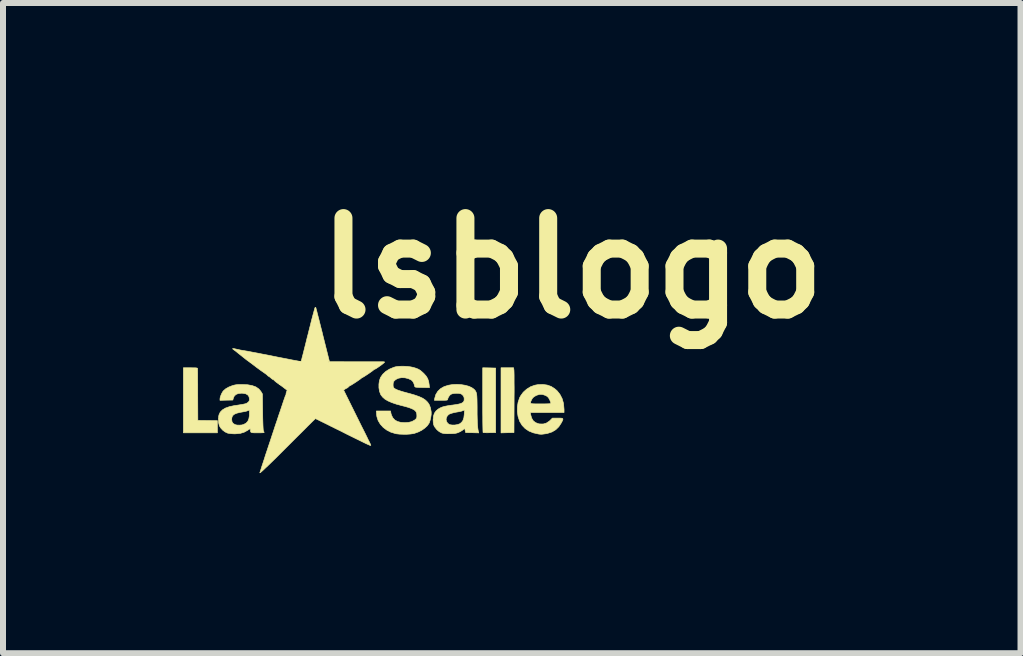
<source format=kicad_pcb>
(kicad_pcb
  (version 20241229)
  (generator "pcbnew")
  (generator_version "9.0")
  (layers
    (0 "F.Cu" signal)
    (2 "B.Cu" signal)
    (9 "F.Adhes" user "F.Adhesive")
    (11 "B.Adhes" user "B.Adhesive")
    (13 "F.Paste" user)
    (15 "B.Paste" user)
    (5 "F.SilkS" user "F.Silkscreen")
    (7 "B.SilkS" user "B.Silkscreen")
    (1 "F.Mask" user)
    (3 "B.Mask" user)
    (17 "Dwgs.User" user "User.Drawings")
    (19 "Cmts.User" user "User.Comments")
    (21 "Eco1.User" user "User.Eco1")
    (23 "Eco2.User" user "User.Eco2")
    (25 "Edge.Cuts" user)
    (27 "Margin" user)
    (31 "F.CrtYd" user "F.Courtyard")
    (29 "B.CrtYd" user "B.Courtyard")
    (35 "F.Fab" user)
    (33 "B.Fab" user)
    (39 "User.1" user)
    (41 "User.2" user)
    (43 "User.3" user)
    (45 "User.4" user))
  (footprint "lsblogo"
    (layer "F.Cu")
    (at 3.18 3.45)
    (property "Reference" "lsblogo" (at 3.302 -2.032 0) (layer "F.SilkS") (effects (font (size 1.524 1.524) (thickness 0.3))))
    (attr through_hole)
    (fp_poly (pts (xy 2.327 -0.373) (xy 2.332 -0.337) (xy 2.333 -0.322) (xy 2.334 -0.291) (xy 2.335 -0.248) (xy 2.335 -0.192) (xy 2.335 -0.125) (xy 2.336 -0.05) (xy 2.336 0.033) (xy 2.335 0.121) (xy 2.335 0.203) (xy 2.333 0.707) (xy 2.225 0.709) (xy 2.117 0.712) (xy 2.117 -0.373) (xy 2.222 -0.373) (xy 2.327 -0.373)) (stroke (width 0.01) (type solid)) (fill yes) (layer "F.SilkS"))
    (fp_poly (pts (xy 1.92 -0.371) (xy 2.028 -0.368) (xy 2.028 0.707) (xy 1.926 0.709) (xy 1.886 0.71) (xy 1.852 0.709) (xy 1.828 0.708) (xy 1.818 0.706) (xy 1.818 0.706) (xy 1.817 0.697) (xy 1.816 0.672) (xy 1.815 0.633) (xy 1.814 0.582) (xy 1.813 0.519) (xy 1.813 0.447) (xy 1.812 0.366) (xy 1.812 0.279) (xy 1.812 0.186) (xy 1.812 0.163) (xy 1.812 -0.373) (xy 1.92 -0.371)) (stroke (width 0.01) (type solid)) (fill yes) (layer "F.SilkS"))
    (fp_poly (pts (xy -3.009 -0.372) (xy -2.977 -0.372) (xy -2.956 -0.37) (xy -2.944 -0.367) (xy -2.939 -0.363) (xy -2.938 -0.358) (xy -2.938 -0.347) (xy -2.938 -0.32) (xy -2.937 -0.28) (xy -2.937 -0.228) (xy -2.937 -0.166) (xy -2.936 -0.095) (xy -2.936 -0.018) (xy -2.936 0.065) (xy -2.936 0.08) (xy -2.934 0.504) (xy -2.771 0.506) (xy -2.608 0.508) (xy -2.608 0.711) (xy -3.175 0.711) (xy -3.175 -0.373) (xy -3.056 -0.373) (xy -3.009 -0.372)) (stroke (width 0.01) (type solid)) (fill yes) (layer "F.SilkS"))
    (fp_poly (pts (xy 2.887 -0.085) (xy 2.952 -0.062) (xy 3.01 -0.025) (xy 3.049 0.008) (xy 3.098 0.069) (xy 3.135 0.14) (xy 3.158 0.22) (xy 3.166 0.308) (xy 3.167 0.319) (xy 3.167 0.373) (xy 2.606 0.373) (xy 2.611 0.408) (xy 2.627 0.465) (xy 2.653 0.509) (xy 2.691 0.54) (xy 2.74 0.559) (xy 2.762 0.563) (xy 2.82 0.564) (xy 2.872 0.549) (xy 2.919 0.518) (xy 2.932 0.507) (xy 2.973 0.466) (xy 3.061 0.466) (xy 3.104 0.466) (xy 3.132 0.468) (xy 3.146 0.475) (xy 3.148 0.488) (xy 3.14 0.51) (xy 3.123 0.542) (xy 3.122 0.545) (xy 3.08 0.609) (xy 3.029 0.659) (xy 2.967 0.696) (xy 2.894 0.72) (xy 2.871 0.725) (xy 2.828 0.731) (xy 2.795 0.735) (xy 2.767 0.734) (xy 2.743 0.731) (xy 2.655 0.711) (xy 2.581 0.681) (xy 2.519 0.639) (xy 2.469 0.587) (xy 2.43 0.523) (xy 2.426 0.515) (xy 2.401 0.439) (xy 2.389 0.358) (xy 2.39 0.277) (xy 2.401 0.205) (xy 2.608 0.205) (xy 2.609 0.215) (xy 2.617 0.222) (xy 2.634 0.226) (xy 2.662 0.228) (xy 2.702 0.229) (xy 2.757 0.229) (xy 2.777 0.229) (xy 2.835 0.229) (xy 2.878 0.228) (xy 2.908 0.227) (xy 2.928 0.226) (xy 2.939 0.223) (xy 2.945 0.219) (xy 2.946 0.214) (xy 2.946 0.213) (xy 2.943 0.198) (xy 2.933 0.173) (xy 2.925 0.155) (xy 2.907 0.125) (xy 2.887 0.105) (xy 2.86 0.089) (xy 2.81 0.072) (xy 2.763 0.07) (xy 2.714 0.084) (xy 2.705 0.088) (xy 2.669 0.108) (xy 2.645 0.129) (xy 2.627 0.158) (xy 2.621 0.171) (xy 2.613 0.19) (xy 2.608 0.205) (xy 2.401 0.205) (xy 2.403 0.197) (xy 2.428 0.124) (xy 2.444 0.095) (xy 2.488 0.034) (xy 2.544 -0.016) (xy 2.608 -0.056) (xy 2.678 -0.082) (xy 2.732 -0.092) (xy 2.814 -0.095) (xy 2.887 -0.085)) (stroke (width 0.01) (type solid)) (fill yes) (layer "F.SilkS"))
    (fp_poly (pts (xy 1.453 -0.092) (xy 1.521 -0.081) (xy 1.582 -0.064) (xy 1.631 -0.041) (xy 1.662 -0.019) (xy 1.678 -0.004) (xy 1.69 0.011) (xy 1.699 0.028) (xy 1.707 0.048) (xy 1.712 0.074) (xy 1.715 0.109) (xy 1.717 0.153) (xy 1.718 0.209) (xy 1.719 0.279) (xy 1.719 0.313) (xy 1.719 0.403) (xy 1.721 0.478) (xy 1.723 0.54) (xy 1.726 0.59) (xy 1.73 0.631) (xy 1.735 0.665) (xy 1.74 0.688) (xy 1.746 0.712) (xy 1.637 0.709) (xy 1.528 0.707) (xy 1.511 0.634) (xy 1.491 0.655) (xy 1.473 0.669) (xy 1.446 0.686) (xy 1.42 0.699) (xy 1.394 0.71) (xy 1.37 0.717) (xy 1.344 0.722) (xy 1.309 0.724) (xy 1.27 0.725) (xy 1.22 0.726) (xy 1.183 0.724) (xy 1.154 0.72) (xy 1.13 0.714) (xy 1.087 0.691) (xy 1.047 0.657) (xy 1.014 0.615) (xy 1.003 0.597) (xy 0.993 0.57) (xy 0.988 0.538) (xy 0.986 0.495) (xy 0.987 0.489) (xy 1.202 0.489) (xy 1.209 0.521) (xy 1.228 0.551) (xy 1.254 0.571) (xy 1.263 0.575) (xy 1.302 0.581) (xy 1.347 0.581) (xy 1.391 0.574) (xy 1.426 0.562) (xy 1.427 0.562) (xy 1.459 0.538) (xy 1.483 0.505) (xy 1.498 0.46) (xy 1.505 0.401) (xy 1.509 0.33) (xy 1.481 0.342) (xy 1.454 0.351) (xy 1.422 0.358) (xy 1.41 0.36) (xy 1.363 0.368) (xy 1.319 0.378) (xy 1.28 0.389) (xy 1.253 0.401) (xy 1.247 0.404) (xy 1.222 0.429) (xy 1.206 0.463) (xy 1.202 0.489) (xy 0.987 0.489) (xy 0.991 0.435) (xy 1.007 0.385) (xy 1.035 0.345) (xy 1.071 0.315) (xy 1.102 0.297) (xy 1.136 0.282) (xy 1.178 0.27) (xy 1.229 0.26) (xy 1.294 0.25) (xy 1.3 0.25) (xy 1.364 0.241) (xy 1.413 0.232) (xy 1.449 0.222) (xy 1.474 0.21) (xy 1.491 0.196) (xy 1.5 0.178) (xy 1.503 0.167) (xy 1.503 0.128) (xy 1.489 0.094) (xy 1.463 0.069) (xy 1.45 0.062) (xy 1.419 0.054) (xy 1.38 0.052) (xy 1.339 0.054) (xy 1.303 0.061) (xy 1.277 0.072) (xy 1.276 0.073) (xy 1.257 0.093) (xy 1.24 0.119) (xy 1.229 0.146) (xy 1.228 0.157) (xy 1.225 0.162) (xy 1.215 0.166) (xy 1.197 0.168) (xy 1.166 0.169) (xy 1.121 0.169) (xy 1.117 0.169) (xy 1.007 0.169) (xy 1.012 0.138) (xy 1.031 0.073) (xy 1.064 0.019) (xy 1.11 -0.025) (xy 1.169 -0.059) (xy 1.241 -0.082) (xy 1.308 -0.093) (xy 1.381 -0.096) (xy 1.453 -0.092)) (stroke (width 0.01) (type solid)) (fill yes) (layer "F.SilkS"))
    (fp_poly (pts (xy -2.194 -0.094) (xy -2.104 -0.09) (xy -2.028 -0.076) (xy -1.966 -0.053) (xy -1.918 -0.02) (xy -1.883 0.021) (xy -1.882 0.024) (xy -1.858 0.064) (xy -1.854 0.364) (xy -1.853 0.452) (xy -1.851 0.524) (xy -1.849 0.581) (xy -1.847 0.625) (xy -1.845 0.656) (xy -1.842 0.675) (xy -1.839 0.683) (xy -1.831 0.699) (xy -1.829 0.706) (xy -1.837 0.708) (xy -1.858 0.71) (xy -1.891 0.711) (xy -1.931 0.711) (xy -1.938 0.711) (xy -1.985 0.711) (xy -2.018 0.71) (xy -2.039 0.706) (xy -2.051 0.699) (xy -2.056 0.688) (xy -2.057 0.672) (xy -2.057 0.664) (xy -2.059 0.648) (xy -2.062 0.643) (xy -2.071 0.648) (xy -2.09 0.659) (xy -2.106 0.67) (xy -2.163 0.701) (xy -2.227 0.72) (xy -2.301 0.727) (xy -2.323 0.728) (xy -2.363 0.726) (xy -2.402 0.722) (xy -2.433 0.717) (xy -2.44 0.715) (xy -2.48 0.696) (xy -2.519 0.667) (xy -2.552 0.631) (xy -2.575 0.594) (xy -2.577 0.587) (xy -2.587 0.544) (xy -2.59 0.493) (xy -2.59 0.487) (xy -2.37 0.487) (xy -2.365 0.525) (xy -2.348 0.553) (xy -2.317 0.572) (xy -2.311 0.575) (xy -2.28 0.582) (xy -2.241 0.583) (xy -2.201 0.58) (xy -2.17 0.571) (xy -2.13 0.549) (xy -2.101 0.518) (xy -2.084 0.477) (xy -2.075 0.424) (xy -2.075 0.396) (xy -2.074 0.331) (xy -2.102 0.342) (xy -2.128 0.351) (xy -2.16 0.358) (xy -2.167 0.359) (xy -2.234 0.371) (xy -2.285 0.384) (xy -2.322 0.399) (xy -2.348 0.419) (xy -2.363 0.443) (xy -2.37 0.473) (xy -2.37 0.487) (xy -2.59 0.487) (xy -2.588 0.443) (xy -2.582 0.412) (xy -2.561 0.367) (xy -2.524 0.329) (xy -2.473 0.298) (xy -2.407 0.275) (xy -2.328 0.258) (xy -2.265 0.249) (xy -2.216 0.241) (xy -2.18 0.235) (xy -2.153 0.229) (xy -2.133 0.224) (xy -2.119 0.217) (xy -2.107 0.21) (xy -2.102 0.206) (xy -2.084 0.189) (xy -2.076 0.171) (xy -2.074 0.15) (xy -2.081 0.11) (xy -2.102 0.08) (xy -2.135 0.061) (xy -2.183 0.052) (xy -2.206 0.051) (xy -2.259 0.056) (xy -2.299 0.072) (xy -2.327 0.099) (xy -2.343 0.135) (xy -2.351 0.165) (xy -2.458 0.167) (xy -2.565 0.17) (xy -2.565 0.144) (xy -2.561 0.12) (xy -2.55 0.087) (xy -2.535 0.053) (xy -2.518 0.024) (xy -2.509 0.012) (xy -2.469 -0.023) (xy -2.416 -0.053) (xy -2.367 -0.072) (xy -2.336 -0.082) (xy -2.308 -0.088) (xy -2.279 -0.092) (xy -2.243 -0.094) (xy -2.195 -0.094) (xy -2.194 -0.094)) (stroke (width 0.01) (type solid)) (fill yes) (layer "F.SilkS"))
    (fp_poly (pts (xy 0.503 -0.398) (xy 0.56 -0.395) (xy 0.611 -0.388) (xy 0.651 -0.38) (xy 0.701 -0.365) (xy 0.74 -0.349) (xy 0.773 -0.329) (xy 0.806 -0.301) (xy 0.831 -0.278) (xy 0.87 -0.234) (xy 0.896 -0.191) (xy 0.912 -0.142) (xy 0.92 -0.09) (xy 0.925 -0.042) (xy 0.804 -0.044) (xy 0.756 -0.045) (xy 0.722 -0.047) (xy 0.701 -0.049) (xy 0.688 -0.052) (xy 0.682 -0.056) (xy 0.679 -0.062) (xy 0.679 -0.064) (xy 0.667 -0.107) (xy 0.648 -0.144) (xy 0.624 -0.168) (xy 0.622 -0.169) (xy 0.571 -0.193) (xy 0.516 -0.206) (xy 0.46 -0.208) (xy 0.409 -0.199) (xy 0.374 -0.183) (xy 0.345 -0.162) (xy 0.328 -0.142) (xy 0.321 -0.118) (xy 0.319 -0.092) (xy 0.32 -0.064) (xy 0.326 -0.046) (xy 0.338 -0.031) (xy 0.342 -0.029) (xy 0.361 -0.017) (xy 0.392 -0.003) (xy 0.436 0.012) (xy 0.494 0.03) (xy 0.568 0.05) (xy 0.588 0.055) (xy 0.678 0.081) (xy 0.752 0.107) (xy 0.813 0.135) (xy 0.86 0.167) (xy 0.896 0.203) (xy 0.923 0.245) (xy 0.941 0.293) (xy 0.952 0.35) (xy 0.954 0.364) (xy 0.954 0.404) (xy 0.947 0.453) (xy 0.936 0.502) (xy 0.922 0.544) (xy 0.917 0.553) (xy 0.889 0.593) (xy 0.847 0.632) (xy 0.796 0.668) (xy 0.738 0.697) (xy 0.677 0.719) (xy 0.656 0.724) (xy 0.608 0.731) (xy 0.55 0.735) (xy 0.487 0.735) (xy 0.427 0.733) (xy 0.374 0.727) (xy 0.356 0.723) (xy 0.281 0.7) (xy 0.213 0.665) (xy 0.154 0.62) (xy 0.106 0.567) (xy 0.07 0.507) (xy 0.049 0.442) (xy 0.044 0.406) (xy 0.04 0.347) (xy 0.277 0.347) (xy 0.283 0.385) (xy 0.292 0.415) (xy 0.307 0.447) (xy 0.316 0.463) (xy 0.349 0.498) (xy 0.392 0.522) (xy 0.448 0.537) (xy 0.513 0.541) (xy 0.578 0.537) (xy 0.631 0.524) (xy 0.675 0.5) (xy 0.686 0.492) (xy 0.703 0.476) (xy 0.712 0.461) (xy 0.715 0.44) (xy 0.715 0.421) (xy 0.713 0.391) (xy 0.704 0.365) (xy 0.688 0.343) (xy 0.662 0.324) (xy 0.625 0.306) (xy 0.576 0.288) (xy 0.513 0.27) (xy 0.465 0.258) (xy 0.373 0.233) (xy 0.297 0.207) (xy 0.235 0.18) (xy 0.185 0.151) (xy 0.147 0.118) (xy 0.118 0.082) (xy 0.109 0.065) (xy 0.092 0.017) (xy 0.083 -0.04) (xy 0.083 -0.1) (xy 0.091 -0.157) (xy 0.108 -0.207) (xy 0.11 -0.212) (xy 0.147 -0.265) (xy 0.197 -0.312) (xy 0.26 -0.351) (xy 0.332 -0.381) (xy 0.36 -0.389) (xy 0.398 -0.395) (xy 0.448 -0.398) (xy 0.503 -0.398)) (stroke (width 0.01) (type solid)) (fill yes) (layer "F.SilkS"))
    (fp_poly (pts (xy -0.97 -1.379) (xy -0.967 -1.371) (xy -0.961 -1.347) (xy -0.951 -1.31) (xy -0.939 -1.261) (xy -0.923 -1.201) (xy -0.906 -1.133) (xy -0.887 -1.057) (xy -0.866 -0.976) (xy -0.854 -0.925) (xy -0.741 -0.474) (xy -0.309 -0.473) (xy -0.224 -0.473) (xy -0.144 -0.473) (xy -0.07 -0.473) (xy -0.003 -0.473) (xy 0.053 -0.473) (xy 0.099 -0.473) (xy 0.131 -0.473) (xy 0.148 -0.473) (xy 0.15 -0.473) (xy 0.169 -0.472) (xy 0.178 -0.468) (xy 0.178 -0.468) (xy 0.171 -0.459) (xy 0.154 -0.444) (xy 0.129 -0.424) (xy 0.1 -0.403) (xy 0.07 -0.382) (xy 0.043 -0.364) (xy 0.022 -0.352) (xy 0.01 -0.347) (xy -0.001 -0.341) (xy -0.009 -0.334) (xy -0.019 -0.325) (xy -0.04 -0.31) (xy -0.068 -0.29) (xy -0.1 -0.268) (xy -0.132 -0.247) (xy -0.16 -0.229) (xy -0.183 -0.215) (xy -0.196 -0.208) (xy -0.197 -0.208) (xy -0.208 -0.202) (xy -0.21 -0.199) (xy -0.219 -0.191) (xy -0.24 -0.176) (xy -0.267 -0.157) (xy -0.298 -0.136) (xy -0.33 -0.115) (xy -0.359 -0.097) (xy -0.381 -0.083) (xy -0.394 -0.077) (xy -0.395 -0.076) (xy -0.406 -0.071) (xy -0.422 -0.057) (xy -0.423 -0.055) (xy -0.439 -0.041) (xy -0.45 -0.034) (xy -0.451 -0.034) (xy -0.463 -0.029) (xy -0.481 -0.018) (xy -0.482 -0.017) (xy -0.505 -0.001) (xy -0.296 0.421) (xy -0.247 0.52) (xy -0.205 0.605) (xy -0.169 0.676) (xy -0.139 0.736) (xy -0.115 0.785) (xy -0.096 0.825) (xy -0.08 0.856) (xy -0.069 0.879) (xy -0.061 0.895) (xy -0.056 0.907) (xy -0.053 0.914) (xy -0.052 0.918) (xy -0.052 0.919) (xy -0.053 0.92) (xy -0.054 0.921) (xy -0.057 0.921) (xy -0.064 0.92) (xy -0.075 0.916) (xy -0.092 0.908) (xy -0.116 0.898) (xy -0.148 0.883) (xy -0.189 0.863) (xy -0.239 0.838) (xy -0.301 0.808) (xy -0.374 0.772) (xy -0.461 0.729) (xy -0.559 0.679) (xy -0.637 0.641) (xy -0.71 0.605) (xy -0.777 0.571) (xy -0.836 0.542) (xy -0.887 0.517) (xy -0.927 0.497) (xy -0.956 0.483) (xy -0.972 0.475) (xy -0.975 0.474) (xy -0.981 0.48) (xy -0.999 0.497) (xy -1.026 0.523) (xy -1.062 0.559) (xy -1.106 0.602) (xy -1.156 0.653) (xy -1.212 0.709) (xy -1.273 0.769) (xy -1.334 0.83) (xy -1.443 0.939) (xy -1.54 1.036) (xy -1.625 1.121) (xy -1.699 1.193) (xy -1.762 1.254) (xy -1.813 1.302) (xy -1.852 1.339) (xy -1.88 1.364) (xy -1.897 1.376) (xy -1.902 1.377) (xy -1.902 1.376) (xy -1.895 1.358) (xy -1.887 1.331) (xy -1.882 1.317) (xy -1.875 1.293) (xy -1.863 1.256) (xy -1.847 1.208) (xy -1.828 1.15) (xy -1.807 1.083) (xy -1.782 1.009) (xy -1.756 0.93) (xy -1.728 0.847) (xy -1.7 0.761) (xy -1.671 0.674) (xy -1.643 0.588) (xy -1.614 0.504) (xy -1.588 0.424) (xy -1.562 0.349) (xy -1.539 0.28) (xy -1.519 0.22) (xy -1.502 0.169) (xy -1.488 0.13) (xy -1.479 0.103) (xy -1.474 0.09) (xy -1.473 0.089) (xy -1.466 0.077) (xy -1.466 0.074) (xy -1.463 0.049) (xy -1.456 0.027) (xy -1.449 0.011) (xy -1.445 0.008) (xy -1.446 0.004) (xy -1.46 -0.009) (xy -1.488 -0.03) (xy -1.528 -0.061) (xy -1.579 -0.097) (xy -1.558 -0.097) (xy -1.554 -0.093) (xy -1.549 -0.097) (xy -1.554 -0.102) (xy -1.558 -0.097) (xy -1.579 -0.097) (xy -1.583 -0.1) (xy -1.602 -0.114) (xy -1.631 -0.135) (xy -1.653 -0.154) (xy -1.666 -0.166) (xy -1.668 -0.17) (xy -1.673 -0.175) (xy -1.675 -0.175) (xy -1.684 -0.177) (xy -1.701 -0.189) (xy -1.713 -0.199) (xy -1.733 -0.216) (xy -1.747 -0.227) (xy -1.752 -0.229) (xy -1.762 -0.234) (xy -1.775 -0.247) (xy -1.79 -0.261) (xy -1.815 -0.279) (xy -1.835 -0.293) (xy -1.858 -0.309) (xy -1.891 -0.332) (xy -1.929 -0.36) (xy -1.97 -0.39) (xy -1.982 -0.4) (xy -2.019 -0.428) (xy -2.052 -0.453) (xy -2.075 -0.47) (xy -0.762 -0.47) (xy -0.758 -0.466) (xy -0.754 -0.47) (xy -0.758 -0.474) (xy -0.762 -0.47) (xy -2.075 -0.47) (xy -2.078 -0.472) (xy -2.094 -0.484) (xy -2.098 -0.487) (xy -2.11 -0.495) (xy -2.132 -0.512) (xy -2.161 -0.535) (xy -2.194 -0.561) (xy -2.201 -0.567) (xy -2.235 -0.594) (xy -2.264 -0.617) (xy -2.286 -0.635) (xy -2.298 -0.645) (xy -2.299 -0.646) (xy -2.311 -0.655) (xy -2.33 -0.669) (xy -2.336 -0.673) (xy -2.351 -0.685) (xy -2.355 -0.692) (xy -2.347 -0.693) (xy -2.326 -0.691) (xy -2.291 -0.683) (xy -2.267 -0.678) (xy -2.227 -0.669) (xy -2.187 -0.662) (xy -2.154 -0.657) (xy -2.151 -0.656) (xy -2.133 -0.653) (xy -2.101 -0.648) (xy -2.056 -0.639) (xy -2 -0.628) (xy -1.934 -0.616) (xy -1.859 -0.601) (xy -1.779 -0.586) (xy -1.695 -0.569) (xy -1.66 -0.562) (xy -1.576 -0.545) (xy -1.497 -0.53) (xy -1.425 -0.516) (xy -1.361 -0.503) (xy -1.306 -0.493) (xy -1.263 -0.485) (xy -1.233 -0.479) (xy -1.216 -0.476) (xy -1.214 -0.476) (xy -1.212 -0.485) (xy -1.205 -0.508) (xy -1.196 -0.545) (xy -1.183 -0.594) (xy -1.168 -0.653) (xy -1.151 -0.721) (xy -1.132 -0.796) (xy -1.112 -0.878) (xy -1.1 -0.923) (xy -1.079 -1.007) (xy -1.059 -1.086) (xy -1.041 -1.159) (xy -1.024 -1.224) (xy -1.009 -1.279) (xy -0.997 -1.323) (xy -0.988 -1.355) (xy -0.983 -1.372) (xy -0.982 -1.375) (xy -0.972 -1.38) (xy -0.97 -1.379)) (stroke (width 0.01) (type solid)) (fill yes) (layer "F.SilkS")))
  (gr_rect
    (start -3 -3)
    (end 13.952 7.832)
    (stroke (width 0.1) (type default))
    (fill no)
    (layer "Edge.Cuts")))
</source>
